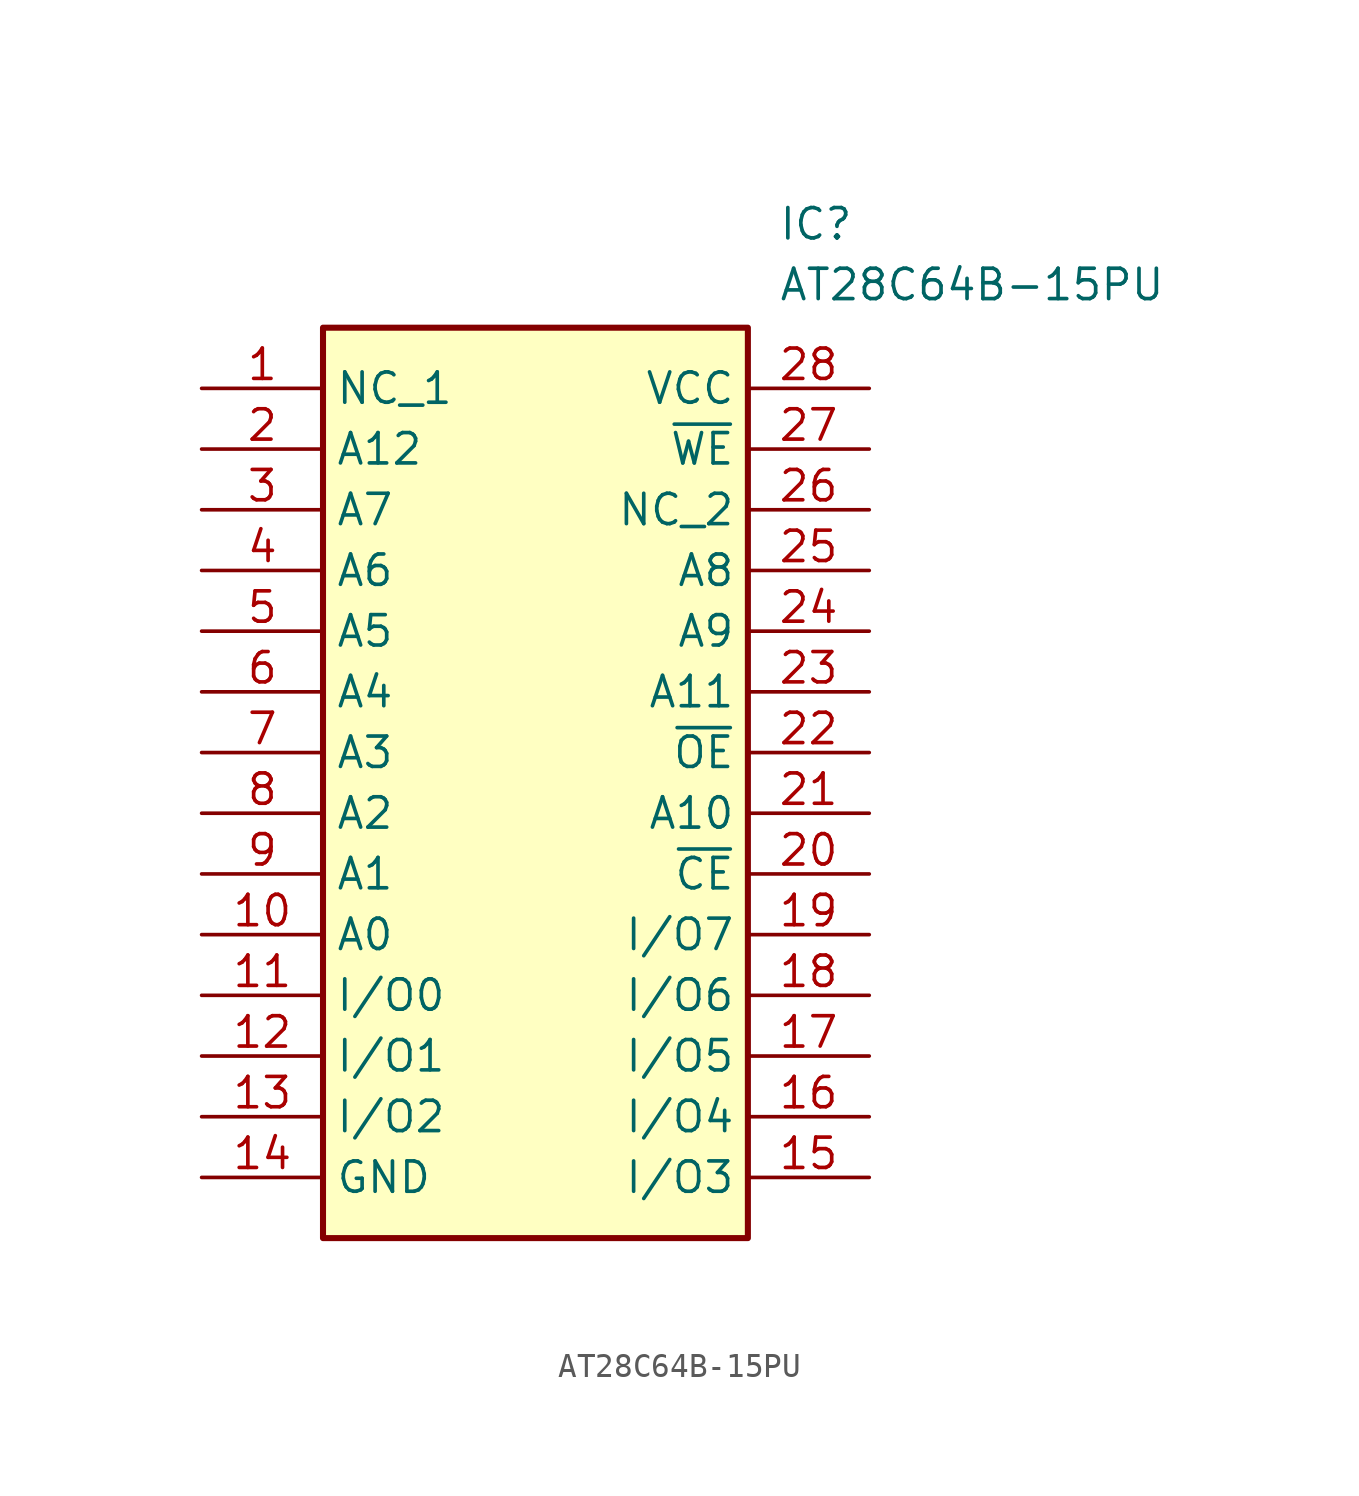
<source format=kicad_sym>
(kicad_symbol_lib
  (version 20211014)
  (generator SamacSys_ECAD_Model)
  (symbol "AT28C64B-15PU"
    (property "Reference" "IC"
      (at 24.13 7.62 0)
      (effects (font (size 1.27 1.27)) (justify left top)))
    (property "Value" "AT28C64B-15PU"
      (at 24.13 5.08 0)
      (effects (font (size 1.27 1.27)) (justify left top)))
    (rectangle
      (start 5.08 2.54)
      (end 22.86 -35.56)
      (stroke (width 0.254) (type default))
      (fill (type background)))
    (pin passive line
      (at 0 0 0)
      (length 5.08)
      (name "NC_1" (effects (font (size 1.27 1.27))))
      (number "1" (effects (font (size 1.27 1.27)))))
    (pin passive line
      (at 0 -2.54 0)
      (length 5.08)
      (name "A12" (effects (font (size 1.27 1.27))))
      (number "2" (effects (font (size 1.27 1.27)))))
    (pin passive line
      (at 0 -5.08 0)
      (length 5.08)
      (name "A7" (effects (font (size 1.27 1.27))))
      (number "3" (effects (font (size 1.27 1.27)))))
    (pin passive line
      (at 0 -7.62 0)
      (length 5.08)
      (name "A6" (effects (font (size 1.27 1.27))))
      (number "4" (effects (font (size 1.27 1.27)))))
    (pin passive line
      (at 0 -10.16 0)
      (length 5.08)
      (name "A5" (effects (font (size 1.27 1.27))))
      (number "5" (effects (font (size 1.27 1.27)))))
    (pin passive line
      (at 0 -12.7 0)
      (length 5.08)
      (name "A4" (effects (font (size 1.27 1.27))))
      (number "6" (effects (font (size 1.27 1.27)))))
    (pin passive line
      (at 0 -15.24 0)
      (length 5.08)
      (name "A3" (effects (font (size 1.27 1.27))))
      (number "7" (effects (font (size 1.27 1.27)))))
    (pin passive line
      (at 0 -17.78 0)
      (length 5.08)
      (name "A2" (effects (font (size 1.27 1.27))))
      (number "8" (effects (font (size 1.27 1.27)))))
    (pin passive line
      (at 0 -20.32 0)
      (length 5.08)
      (name "A1" (effects (font (size 1.27 1.27))))
      (number "9" (effects (font (size 1.27 1.27)))))
    (pin passive line
      (at 0 -22.86 0)
      (length 5.08)
      (name "A0" (effects (font (size 1.27 1.27))))
      (number "10" (effects (font (size 1.27 1.27)))))
    (pin passive line
      (at 0 -25.4 0)
      (length 5.08)
      (name "I/O0" (effects (font (size 1.27 1.27))))
      (number "11" (effects (font (size 1.27 1.27)))))
    (pin passive line
      (at 0 -27.94 0)
      (length 5.08)
      (name "I/O1" (effects (font (size 1.27 1.27))))
      (number "12" (effects (font (size 1.27 1.27)))))
    (pin passive line
      (at 0 -30.48 0)
      (length 5.08)
      (name "I/O2" (effects (font (size 1.27 1.27))))
      (number "13" (effects (font (size 1.27 1.27)))))
    (pin passive line
      (at 0 -33.02 0)
      (length 5.08)
      (name "GND" (effects (font (size 1.27 1.27))))
      (number "14" (effects (font (size 1.27 1.27)))))
    (pin passive line
      (at 27.94 0 180)
      (length 5.08)
      (name "VCC" (effects (font (size 1.27 1.27))))
      (number "28" (effects (font (size 1.27 1.27)))))
    (pin passive line
      (at 27.94 -2.54 180)
      (length 5.08)
      (name "~{WE}" (effects (font (size 1.27 1.27))))
      (number "27" (effects (font (size 1.27 1.27)))))
    (pin passive line
      (at 27.94 -5.08 180)
      (length 5.08)
      (name "NC_2" (effects (font (size 1.27 1.27))))
      (number "26" (effects (font (size 1.27 1.27)))))
    (pin passive line
      (at 27.94 -7.62 180)
      (length 5.08)
      (name "A8" (effects (font (size 1.27 1.27))))
      (number "25" (effects (font (size 1.27 1.27)))))
    (pin passive line
      (at 27.94 -10.16 180)
      (length 5.08)
      (name "A9" (effects (font (size 1.27 1.27))))
      (number "24" (effects (font (size 1.27 1.27)))))
    (pin passive line
      (at 27.94 -12.7 180)
      (length 5.08)
      (name "A11" (effects (font (size 1.27 1.27))))
      (number "23" (effects (font (size 1.27 1.27)))))
    (pin passive line
      (at 27.94 -15.24 180)
      (length 5.08)
      (name "~{OE}" (effects (font (size 1.27 1.27))))
      (number "22" (effects (font (size 1.27 1.27)))))
    (pin passive line
      (at 27.94 -17.78 180)
      (length 5.08)
      (name "A10" (effects (font (size 1.27 1.27))))
      (number "21" (effects (font (size 1.27 1.27)))))
    (pin passive line
      (at 27.94 -20.32 180)
      (length 5.08)
      (name "~{CE}" (effects (font (size 1.27 1.27))))
      (number "20" (effects (font (size 1.27 1.27)))))
    (pin passive line
      (at 27.94 -22.86 180)
      (length 5.08)
      (name "I/O7" (effects (font (size 1.27 1.27))))
      (number "19" (effects (font (size 1.27 1.27)))))
    (pin passive line
      (at 27.94 -25.4 180)
      (length 5.08)
      (name "I/O6" (effects (font (size 1.27 1.27))))
      (number "18" (effects (font (size 1.27 1.27)))))
    (pin passive line
      (at 27.94 -27.94 180)
      (length 5.08)
      (name "I/O5" (effects (font (size 1.27 1.27))))
      (number "17" (effects (font (size 1.27 1.27)))))
    (pin passive line
      (at 27.94 -30.48 180)
      (length 5.08)
      (name "I/O4" (effects (font (size 1.27 1.27))))
      (number "16" (effects (font (size 1.27 1.27)))))
    (pin passive line
      (at 27.94 -33.02 180)
      (length 5.08)
      (name "I/O3" (effects (font (size 1.27 1.27))))
      (number "15" (effects (font (size 1.27 1.27)))))))
</source>
